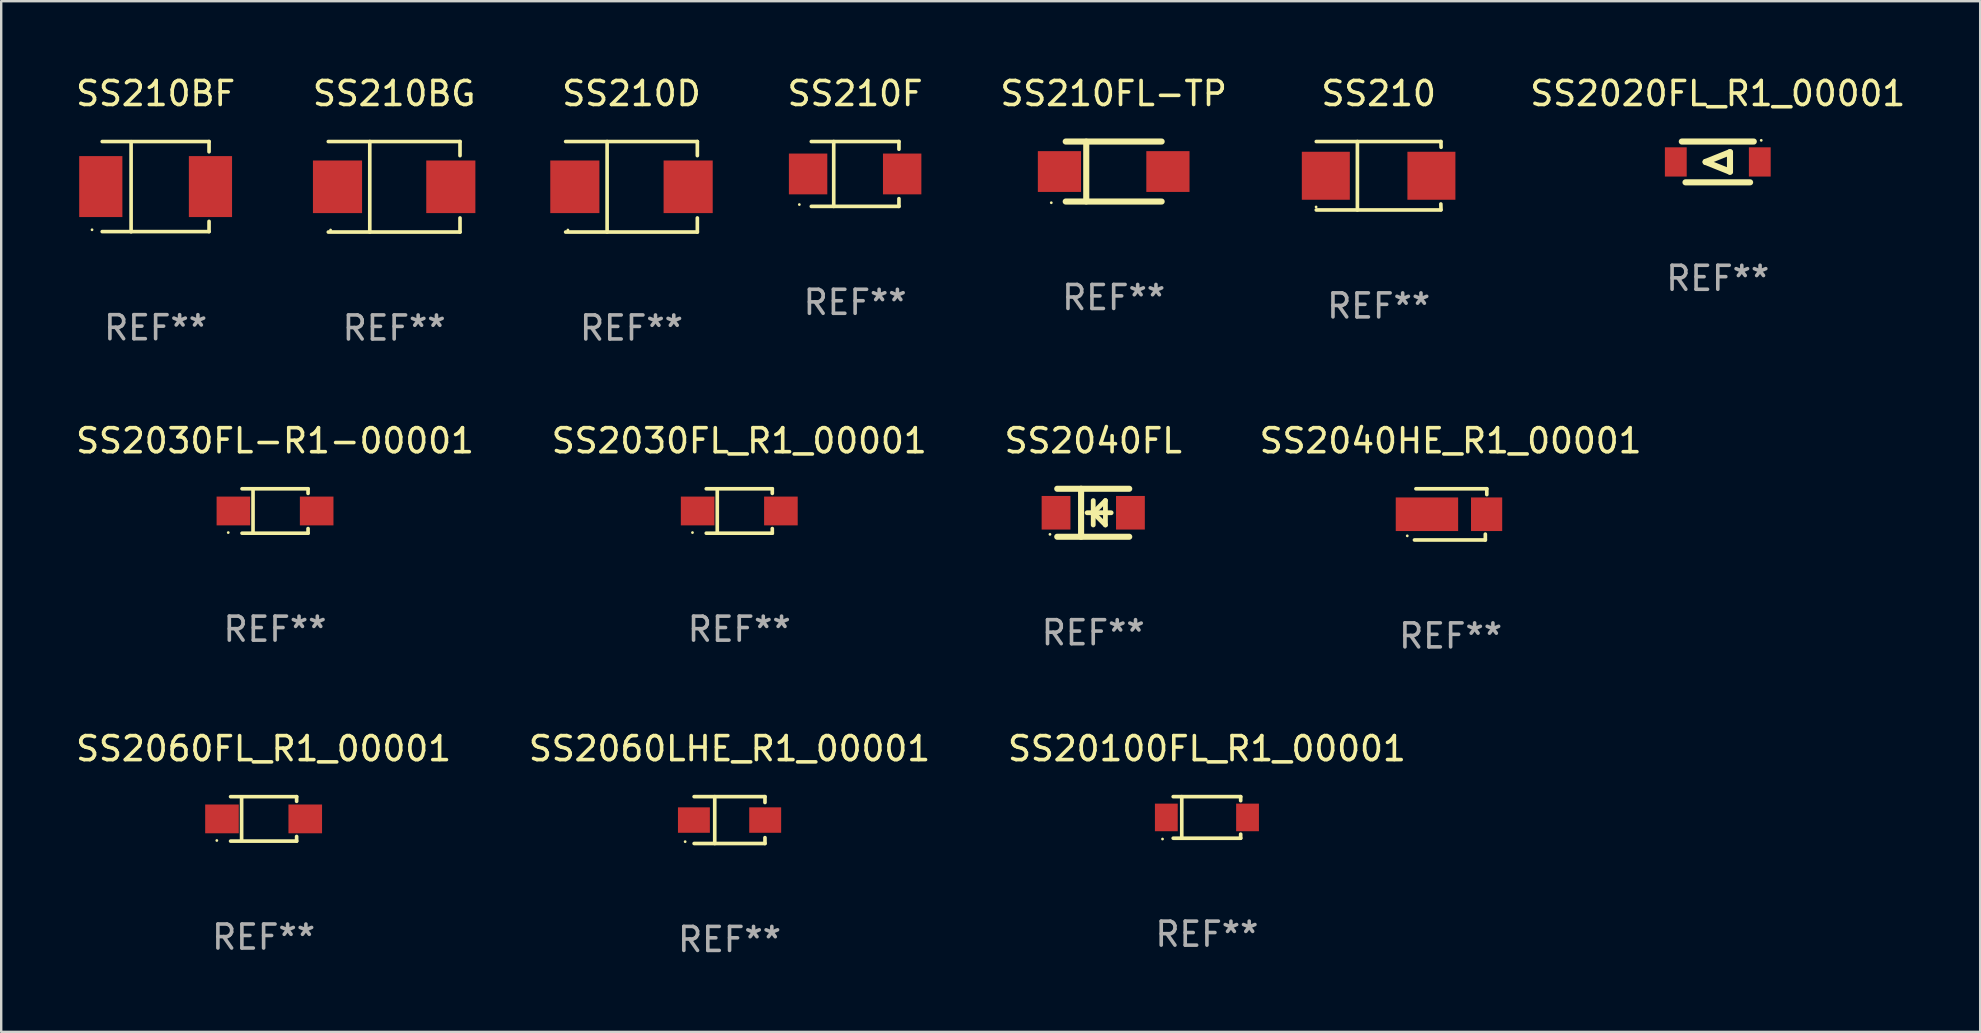
<source format=kicad_pcb>
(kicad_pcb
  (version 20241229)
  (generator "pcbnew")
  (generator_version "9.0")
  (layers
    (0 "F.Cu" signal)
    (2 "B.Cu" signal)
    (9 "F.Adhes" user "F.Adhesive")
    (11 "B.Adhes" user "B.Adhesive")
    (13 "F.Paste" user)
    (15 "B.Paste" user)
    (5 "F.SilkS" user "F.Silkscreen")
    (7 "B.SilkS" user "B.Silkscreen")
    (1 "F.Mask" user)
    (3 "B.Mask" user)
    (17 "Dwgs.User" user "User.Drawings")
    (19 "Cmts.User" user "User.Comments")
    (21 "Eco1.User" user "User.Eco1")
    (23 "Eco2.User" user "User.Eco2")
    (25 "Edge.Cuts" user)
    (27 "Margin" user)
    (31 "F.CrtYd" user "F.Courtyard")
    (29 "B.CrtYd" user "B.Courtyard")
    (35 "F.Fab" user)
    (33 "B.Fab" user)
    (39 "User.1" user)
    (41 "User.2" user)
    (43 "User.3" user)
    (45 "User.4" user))
  (footprint "SS210"
    (layer "F.Cu")
    (at 54.401 4.274)
    (property "Reference" "SS210" (at 0 -3.426 0) (layer "F.SilkS") (effects (font (size 1 1) (thickness 0.15))))
    (attr through_hole)
    (fp_line (start -2.6 -1.426) (end 2.593 -1.426) (stroke (width 0.152) (type solid)) (layer "F.SilkS"))
    (fp_line (start -2.6 1.426) (end 2.593 1.426) (stroke (width 0.152) (type solid)) (layer "F.SilkS"))
    (fp_line (start -0.887 -1.426) (end -0.887 1.426) (stroke (width 0.152) (type solid)) (layer "F.SilkS"))
    (fp_line (start 2.59 1.176) (end 2.597 1.415) (stroke (width 0.152) (type solid)) (layer "F.SilkS"))
    (fp_line (start 2.593 -1.426) (end 2.6 -1.187) (stroke (width 0.152) (type solid)) (layer "F.SilkS"))
    (fp_circle (center -2.608 1.3) (end -2.578 1.3) (stroke (width 0.06) (type solid)) (fill no) (layer "F.SilkS"))
    (fp_text user "REF**" (at 0 5.426 0) (layer "F.Fab") (effects (font (size 1 1) (thickness 0.15))))
    (pad "1" smd rect (at -2.203 0 180) (size 2 2) (layers "F.Cu" "F.Mask" "F.Paste"))
    (pad "2" smd rect (at 2.197 0 180) (size 2 2) (layers "F.Cu" "F.Mask" "F.Paste")))
  (footprint "SS2030FL-R1-00001"
    (layer "F.Cu")
    (at 8.411 18.243)
    (property "Reference" "SS2030FL-R1-00001" (at 0 -2.926 0) (layer "F.SilkS") (effects (font (size 1 1) (thickness 0.15))))
    (attr through_hole)
    (fp_line (start -1.376 -0.926) (end 1.376 -0.926) (stroke (width 0.152) (type solid)) (layer "F.SilkS"))
    (fp_line (start -1.376 0.926) (end 1.376 0.926) (stroke (width 0.152) (type solid)) (layer "F.SilkS"))
    (fp_line (start -0.917 -0.876) (end -0.917 0.876) (stroke (width 0.152) (type solid)) (layer "F.SilkS"))
    (fp_line (start 1.376 -0.926) (end 1.376 -0.733) (stroke (width 0.152) (type solid)) (layer "F.SilkS"))
    (fp_line (start 1.376 0.926) (end 1.376 0.733) (stroke (width 0.152) (type solid)) (layer "F.SilkS"))
    (fp_circle (center -1.95 0.9) (end -1.92 0.9) (stroke (width 0.06) (type solid)) (fill no) (layer "F.SilkS"))
    (fp_text user "REF**" (at 0 4.926 0) (layer "F.Fab") (effects (font (size 1 1) (thickness 0.15))))
    (pad "1" smd rect (at -1.735 0) (size 1.4 1.2) (layers "F.Cu" "F.Mask" "F.Paste"))
    (pad "2" smd rect (at 1.735 0) (size 1.4 1.2) (layers "F.Cu" "F.Mask" "F.Paste")))
  (footprint "SS2030FL_R1_00001"
    (layer "F.Cu")
    (at 27.756 18.243)
    (property "Reference" "SS2030FL_R1_00001" (at 0 -2.926 0) (layer "F.SilkS") (effects (font (size 1 1) (thickness 0.15))))
    (attr through_hole)
    (fp_line (start -1.376 -0.926) (end 1.376 -0.926) (stroke (width 0.152) (type solid)) (layer "F.SilkS"))
    (fp_line (start -1.376 0.926) (end 1.376 0.926) (stroke (width 0.152) (type solid)) (layer "F.SilkS"))
    (fp_line (start -0.917 -0.876) (end -0.917 0.876) (stroke (width 0.152) (type solid)) (layer "F.SilkS"))
    (fp_line (start 1.376 -0.926) (end 1.376 -0.733) (stroke (width 0.152) (type solid)) (layer "F.SilkS"))
    (fp_line (start 1.376 0.926) (end 1.376 0.733) (stroke (width 0.152) (type solid)) (layer "F.SilkS"))
    (fp_circle (center -1.95 0.9) (end -1.92 0.9) (stroke (width 0.06) (type solid)) (fill no) (layer "F.SilkS"))
    (fp_text user "REF**" (at 0 4.926 0) (layer "F.Fab") (effects (font (size 1 1) (thickness 0.15))))
    (pad "1" smd rect (at -1.735 0) (size 1.4 1.2) (layers "F.Cu" "F.Mask" "F.Paste"))
    (pad "2" smd rect (at 1.735 0) (size 1.4 1.2) (layers "F.Cu" "F.Mask" "F.Paste")))
  (footprint "SS20100FL_R1_00001"
    (layer "F.Cu")
    (at 47.244 31.013)
    (property "Reference" "SS20100FL_R1_00001" (at 0 -2.866 0) (layer "F.SilkS") (effects (font (size 1 1) (thickness 0.15))))
    (attr through_hole)
    (fp_line (start -1.406 -0.866) (end 1.406 -0.866) (stroke (width 0.152) (type solid)) (layer "F.SilkS"))
    (fp_line (start -1.406 0.866) (end 1.406 0.866) (stroke (width 0.152) (type solid)) (layer "F.SilkS"))
    (fp_line (start -1.049 -0.866) (end -1.049 0.866) (stroke (width 0.152) (type solid)) (layer "F.SilkS"))
    (fp_line (start 1.406 -0.866) (end 1.406 -0.698) (stroke (width 0.152) (type solid)) (layer "F.SilkS"))
    (fp_line (start 1.406 0.866) (end 1.406 0.698) (stroke (width 0.152) (type solid)) (layer "F.SilkS"))
    (fp_circle (center -1.851 0.9) (end -1.821 0.9) (stroke (width 0.06) (type solid)) (fill no) (layer "F.SilkS"))
    (fp_text user "REF**" (at 0 4.866 0) (layer "F.Fab") (effects (font (size 1 1) (thickness 0.15))))
    (pad "1" smd rect (at -1.692 0) (size 0.95 1.15) (layers "F.Cu" "F.Mask" "F.Paste"))
    (pad "2" smd rect (at 1.692 0) (size 0.95 1.15) (layers "F.Cu" "F.Mask" "F.Paste")))
  (footprint "SS2060FL_R1_00001"
    (layer "F.Cu")
    (at 7.935 31.074)
    (property "Reference" "SS2060FL_R1_00001" (at 0 -2.926 0) (layer "F.SilkS") (effects (font (size 1 1) (thickness 0.15))))
    (attr through_hole)
    (fp_line (start -1.376 -0.926) (end 1.376 -0.926) (stroke (width 0.152) (type solid)) (layer "F.SilkS"))
    (fp_line (start -1.376 0.926) (end 1.376 0.926) (stroke (width 0.152) (type solid)) (layer "F.SilkS"))
    (fp_line (start -0.917 -0.876) (end -0.917 0.876) (stroke (width 0.152) (type solid)) (layer "F.SilkS"))
    (fp_line (start 1.376 -0.926) (end 1.376 -0.733) (stroke (width 0.152) (type solid)) (layer "F.SilkS"))
    (fp_line (start 1.376 0.926) (end 1.376 0.733) (stroke (width 0.152) (type solid)) (layer "F.SilkS"))
    (fp_circle (center -1.95 0.9) (end -1.92 0.9) (stroke (width 0.06) (type solid)) (fill no) (layer "F.SilkS"))
    (fp_text user "REF**" (at 0 4.926 0) (layer "F.Fab") (effects (font (size 1 1) (thickness 0.15))))
    (pad "1" smd rect (at -1.735 0) (size 1.4 1.2) (layers "F.Cu" "F.Mask" "F.Paste"))
    (pad "2" smd rect (at 1.735 0) (size 1.4 1.2) (layers "F.Cu" "F.Mask" "F.Paste")))
  (footprint "SS210F"
    (layer "F.Cu")
    (at 32.584 4.199)
    (property "Reference" "SS210F" (at 0 -3.351 0) (layer "F.SilkS") (effects (font (size 1 1) (thickness 0.15))))
    (attr through_hole)
    (fp_line (start -1.826 -1.351) (end 1.826 -1.351) (stroke (width 0.152) (type solid)) (layer "F.SilkS"))
    (fp_line (start -1.826 1.351) (end 1.826 1.351) (stroke (width 0.152) (type solid)) (layer "F.SilkS"))
    (fp_line (start -0.892 -1.351) (end -0.892 1.351) (stroke (width 0.152) (type solid)) (layer "F.SilkS"))
    (fp_line (start 1.826 -1.351) (end 1.826 -1.03) (stroke (width 0.152) (type solid)) (layer "F.SilkS"))
    (fp_line (start 1.826 1.03) (end 1.826 1.351) (stroke (width 0.152) (type solid)) (layer "F.SilkS"))
    (fp_circle (center -2.325 1.275) (end -2.295 1.275) (stroke (width 0.06) (type solid)) (fill no) (layer "F.SilkS"))
    (fp_text user "REF**" (at 0 5.351 0) (layer "F.Fab") (effects (font (size 1 1) (thickness 0.15))))
    (pad "1" smd rect (at -1.96 0 180) (size 1.6 1.7) (layers "F.Cu" "F.Mask" "F.Paste"))
    (pad "2" smd rect (at 1.96 0 180) (size 1.6 1.7) (layers "F.Cu" "F.Mask" "F.Paste")))
  (footprint "SS210FL-TP"
    (layer "F.Cu")
    (at 43.358 4.098)
    (property "Reference" "SS210FL-TP" (at 0 -3.25 0) (layer "F.SilkS") (effects (font (size 1 1) (thickness 0.15))))
    (attr through_hole)
    (fp_line (start -1.999 -1.25) (end 1.999 -1.25) (stroke (width 0.254) (type solid)) (layer "F.SilkS"))
    (fp_line (start -1.143 -1.245) (end -1.143 1.245) (stroke (width 0.254) (type solid)) (layer "F.SilkS"))
    (fp_line (start 1.999 1.25) (end -1.999 1.25) (stroke (width 0.254) (type solid)) (layer "F.SilkS"))
    (fp_circle (center -2.6 1.3) (end -2.57 1.3) (stroke (width 0.06) (type solid)) (fill no) (layer "F.SilkS"))
    (fp_text user "REF**" (at 0 5.25 0) (layer "F.Fab") (effects (font (size 1 1) (thickness 0.15))))
    (pad "1" smd rect (at -2.26 0) (size 1.8 1.7) (layers "F.Cu" "F.Mask" "F.Paste"))
    (pad "2" smd rect (at 2.26 0) (size 1.8 1.7) (layers "F.Cu" "F.Mask" "F.Paste")))
  (footprint "SS2020FL_R1_00001"
    (layer "F.Cu")
    (at 68.532 3.698)
    (property "Reference" "SS2020FL_R1_00001" (at 0 -2.85 0) (layer "F.SilkS") (effects (font (size 1 1) (thickness 0.15))))
    (attr through_hole)
    (fp_line (start -1.5 -0.85) (end 1.5 -0.85) (stroke (width 0.254) (type solid)) (layer "F.SilkS"))
    (fp_line (start -0.508 0) (end 0.508 -0.406) (stroke (width 0.254) (type solid)) (layer "F.SilkS"))
    (fp_line (start 0.508 -0.406) (end 0.508 0.406) (stroke (width 0.254) (type solid)) (layer "F.SilkS"))
    (fp_line (start 0.508 0.406) (end -0.508 0) (stroke (width 0.254) (type solid)) (layer "F.SilkS"))
    (fp_line (start 1.346 0.85) (end -1.346 0.85) (stroke (width 0.254) (type solid)) (layer "F.SilkS"))
    (fp_circle (center 1.81 -0.9) (end 1.84 -0.9) (stroke (width 0.06) (type solid)) (fill no) (layer "F.SilkS"))
    (fp_text user "REF**" (at 0 4.85 0) (layer "F.Fab") (effects (font (size 1 1) (thickness 0.15))))
    (pad "1" smd rect (at 1.75 0) (size 0.909 1.219) (layers "F.Cu" "F.Mask" "F.Paste"))
    (pad "2" smd rect (at -1.75 0) (size 0.909 1.219) (layers "F.Cu" "F.Mask" "F.Paste")))
  (footprint "SS210BF"
    (layer "F.Cu")
    (at 3.435 4.728)
    (property "Reference" "SS210BF" (at 0 -3.88 0) (layer "F.SilkS") (effects (font (size 1 1) (thickness 0.15))))
    (attr through_hole)
    (fp_line (start -2.226 -1.88) (end 2.226 -1.88) (stroke (width 0.152) (type solid)) (layer "F.SilkS"))
    (fp_line (start -2.226 1.873) (end 2.226 1.873) (stroke (width 0.152) (type solid)) (layer "F.SilkS"))
    (fp_line (start -1.022 -1.873) (end -1.022 1.88) (stroke (width 0.152) (type solid)) (layer "F.SilkS"))
    (fp_line (start 2.226 -1.88) (end 2.226 -1.453) (stroke (width 0.152) (type solid)) (layer "F.SilkS"))
    (fp_line (start 2.226 1.447) (end 2.226 1.873) (stroke (width 0.152) (type solid)) (layer "F.SilkS"))
    (fp_circle (center -2.65 1.797) (end -2.62 1.797) (stroke (width 0.06) (type solid)) (fill no) (layer "F.SilkS"))
    (fp_text user "REF**" (at 0 5.88 0) (layer "F.Fab") (effects (font (size 1 1) (thickness 0.15))))
    (pad "1" smd rect (at -2.285 -0.003) (size 1.8 2.54) (layers "F.Cu" "F.Mask" "F.Paste"))
    (pad "2" smd rect (at 2.285 -0.003) (size 1.8 2.54) (layers "F.Cu" "F.Mask" "F.Paste")))
  (footprint "SS210D"
    (layer "F.Cu")
    (at 23.265 4.734)
    (property "Reference" "SS210D" (at 0 -3.886 0) (layer "F.SilkS") (effects (font (size 1 1) (thickness 0.15))))
    (attr through_hole)
    (fp_line (start -2.744 -1.886) (end 2.744 -1.886) (stroke (width 0.152) (type solid)) (layer "F.SilkS"))
    (fp_line (start -2.744 1.886) (end 2.744 1.886) (stroke (width 0.152) (type solid)) (layer "F.SilkS"))
    (fp_line (start -1.016 -1.886) (end -1.016 1.886) (stroke (width 0.152) (type solid)) (layer "F.SilkS"))
    (fp_line (start 2.744 -1.886) (end 2.744 -1.299) (stroke (width 0.152) (type solid)) (layer "F.SilkS"))
    (fp_line (start 2.744 1.886) (end 2.744 1.299) (stroke (width 0.152) (type solid)) (layer "F.SilkS"))
    (fp_circle (center -2.65 1.8) (end -2.62 1.8) (stroke (width 0.06) (type solid)) (fill no) (layer "F.SilkS"))
    (fp_text user "REF**" (at 0 5.886 0) (layer "F.Fab") (effects (font (size 1 1) (thickness 0.15))))
    (pad "1" smd rect (at -2.361 0) (size 2.047 2.192) (layers "F.Cu" "F.Mask" "F.Paste"))
    (pad "2" smd rect (at 2.361 0) (size 2.047 2.192) (layers "F.Cu" "F.Mask" "F.Paste")))
  (footprint "SS210BG"
    (layer "F.Cu")
    (at 13.375 4.734)
    (property "Reference" "SS210BG" (at 0 -3.886 0) (layer "F.SilkS") (effects (font (size 1 1) (thickness 0.15))))
    (attr through_hole)
    (fp_line (start -2.744 -1.886) (end 2.744 -1.886) (stroke (width 0.152) (type solid)) (layer "F.SilkS"))
    (fp_line (start -2.744 1.886) (end 2.744 1.886) (stroke (width 0.152) (type solid)) (layer "F.SilkS"))
    (fp_line (start -1.016 -1.886) (end -1.016 1.886) (stroke (width 0.152) (type solid)) (layer "F.SilkS"))
    (fp_line (start 2.744 -1.886) (end 2.744 -1.299) (stroke (width 0.152) (type solid)) (layer "F.SilkS"))
    (fp_line (start 2.744 1.886) (end 2.744 1.299) (stroke (width 0.152) (type solid)) (layer "F.SilkS"))
    (fp_circle (center -2.65 1.8) (end -2.62 1.8) (stroke (width 0.06) (type solid)) (fill no) (layer "F.SilkS"))
    (fp_text user "REF**" (at 0 5.886 0) (layer "F.Fab") (effects (font (size 1 1) (thickness 0.15))))
    (pad "1" smd rect (at -2.361 0) (size 2.047 2.192) (layers "F.Cu" "F.Mask" "F.Paste"))
    (pad "2" smd rect (at 2.361 0) (size 2.047 2.192) (layers "F.Cu" "F.Mask" "F.Paste")))
  (footprint "SS2040FL"
    (layer "F.Cu")
    (at 42.506 18.317)
    (property "Reference" "SS2040FL" (at 0 -3 0) (layer "F.SilkS") (effects (font (size 1 1) (thickness 0.15))))
    (attr through_hole)
    (fp_line (start -1.5 -1) (end 1.5 -1) (stroke (width 0.254) (type solid)) (layer "F.SilkS"))
    (fp_line (start -1.5 1) (end 1.5 1) (stroke (width 0.254) (type solid)) (layer "F.SilkS"))
    (fp_line (start -0.506 -1) (end -0.506 1) (stroke (width 0.254) (type solid)) (layer "F.SilkS"))
    (fp_line (start -0.254 0) (end 0.746 0) (stroke (width 0.2) (type solid)) (layer "F.SilkS"))
    (fp_line (start 0.000102 -0.508) (end 0.000102 0.508) (stroke (width 0.2) (type solid)) (layer "F.SilkS"))
    (fp_line (start 0.000102 0) (end 0.508 -0.508) (stroke (width 0.2) (type solid)) (layer "F.SilkS"))
    (fp_line (start 0.508 -0.508) (end 0.508 0.508) (stroke (width 0.2) (type solid)) (layer "F.SilkS"))
    (fp_line (start 0.508 0.508) (end 0.000102 0) (stroke (width 0.2) (type solid)) (layer "F.SilkS"))
    (fp_circle (center -1.803 0.9) (end -1.773 0.9) (stroke (width 0.06) (type solid)) (fill no) (layer "F.SilkS"))
    (fp_text user "REF**" (at 0 5 0) (layer "F.Fab") (effects (font (size 1 1) (thickness 0.15))))
    (pad "1" smd rect (at -1.55 0) (size 1.2 1.4) (layers "F.Cu" "F.Mask" "F.Paste"))
    (pad "2" smd rect (at 1.55 0) (size 1.2 1.4) (layers "F.Cu" "F.Mask" "F.Paste")))
  (footprint "SS2040HE_R1_00001"
    (layer "F.Cu")
    (at 57.399 18.384)
    (property "Reference" "SS2040HE_R1_00001" (at 0 -3.067 0) (layer "F.SilkS") (effects (font (size 1 1) (thickness 0.15))))
    (attr through_hole)
    (fp_line (start -1.507 1.067) (end 1.446 1.067) (stroke (width 0.152) (type solid)) (layer "F.SilkS"))
    (fp_line (start -1.446 -1.067) (end 1.507 -1.067) (stroke (width 0.152) (type solid)) (layer "F.SilkS"))
    (fp_line (start 1.446 1.067) (end 1.446 0.824) (stroke (width 0.152) (type solid)) (layer "F.SilkS"))
    (fp_line (start 1.507 -1.067) (end 1.507 -0.824) (stroke (width 0.152) (type solid)) (layer "F.SilkS"))
    (fp_circle (center -1.807 0.895) (end -1.777 0.895) (stroke (width 0.06) (type solid)) (fill no) (layer "F.SilkS"))
    (fp_text user "REF**" (at 0 5.067 0) (layer "F.Fab") (effects (font (size 1 1) (thickness 0.15))))
    (pad "1" smd rect (at -0.987 -0.005) (size 2.6 1.4) (layers "F.Cu" "F.Mask" "F.Paste"))
    (pad "2" smd rect (at 1.499 -0.005) (size 1.3 1.4) (layers "F.Cu" "F.Mask" "F.Paste")))
  (footprint "SS2060LHE_R1_00001"
    (layer "F.Cu")
    (at 27.351 31.123)
    (property "Reference" "SS2060LHE_R1_00001" (at 0 -2.976 0) (layer "F.SilkS") (effects (font (size 1 1) (thickness 0.15))))
    (attr through_hole)
    (fp_line (start -1.476 -0.976) (end 1.476 -0.976) (stroke (width 0.152) (type solid)) (layer "F.SilkS"))
    (fp_line (start -1.476 0.976) (end 1.476 0.976) (stroke (width 0.152) (type solid)) (layer "F.SilkS"))
    (fp_line (start -0.617 -0.976) (end -0.617 0.976) (stroke (width 0.152) (type solid)) (layer "F.SilkS"))
    (fp_line (start 1.476 -0.976) (end 1.476 -0.733) (stroke (width 0.152) (type solid)) (layer "F.SilkS"))
    (fp_line (start 1.476 0.976) (end 1.476 0.733) (stroke (width 0.152) (type solid)) (layer "F.SilkS"))
    (fp_circle (center -1.85 0.9) (end -1.82 0.9) (stroke (width 0.06) (type solid)) (fill no) (layer "F.SilkS"))
    (fp_text user "REF**" (at 0 4.976 0) (layer "F.Fab") (effects (font (size 1 1) (thickness 0.15))))
    (pad "1" smd rect (at -1.485 0) (size 1.33 1.06) (layers "F.Cu" "F.Mask" "F.Paste"))
    (pad "2" smd rect (at 1.485 0) (size 1.33 1.06) (layers "F.Cu" "F.Mask" "F.Paste")))
  (gr_rect
    (start -3 -3)
    (end 79.466 39.948)
    (stroke (width 0.1) (type default))
    (fill no)
    (layer "Edge.Cuts")))
</source>
